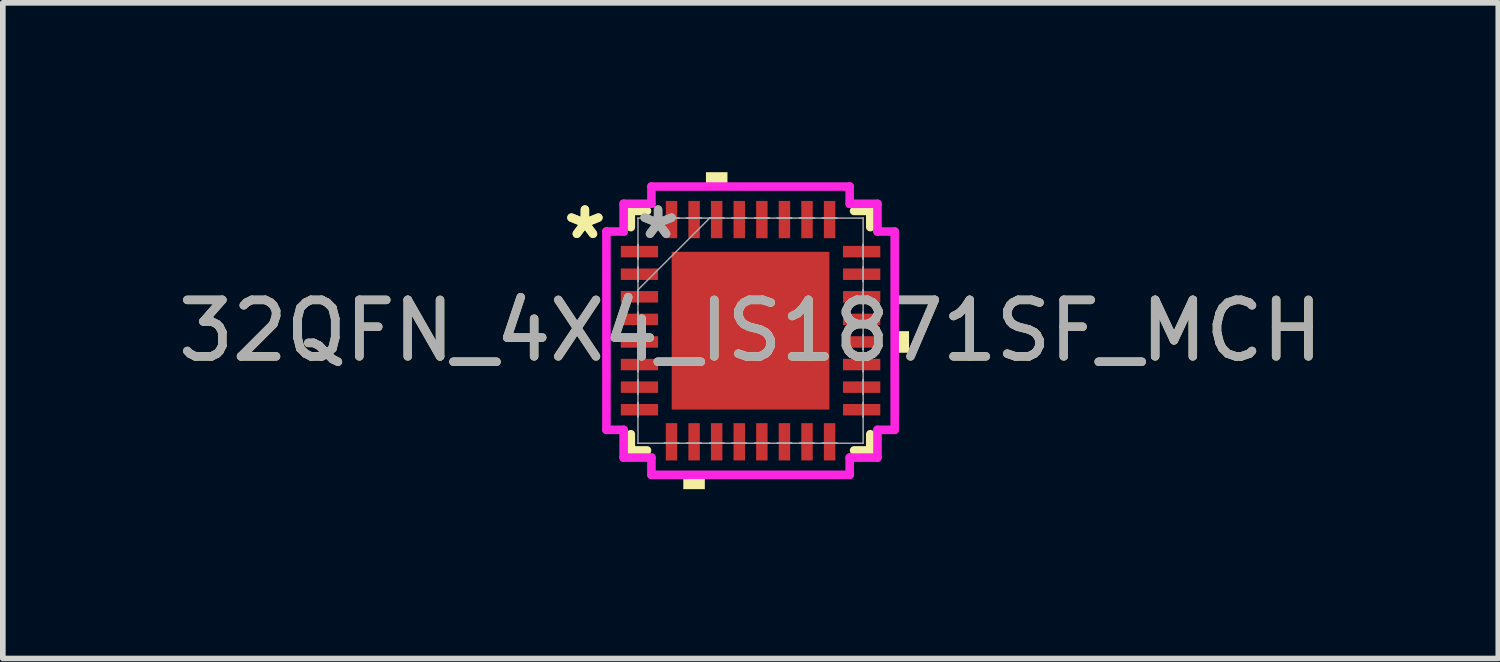
<source format=kicad_pcb>
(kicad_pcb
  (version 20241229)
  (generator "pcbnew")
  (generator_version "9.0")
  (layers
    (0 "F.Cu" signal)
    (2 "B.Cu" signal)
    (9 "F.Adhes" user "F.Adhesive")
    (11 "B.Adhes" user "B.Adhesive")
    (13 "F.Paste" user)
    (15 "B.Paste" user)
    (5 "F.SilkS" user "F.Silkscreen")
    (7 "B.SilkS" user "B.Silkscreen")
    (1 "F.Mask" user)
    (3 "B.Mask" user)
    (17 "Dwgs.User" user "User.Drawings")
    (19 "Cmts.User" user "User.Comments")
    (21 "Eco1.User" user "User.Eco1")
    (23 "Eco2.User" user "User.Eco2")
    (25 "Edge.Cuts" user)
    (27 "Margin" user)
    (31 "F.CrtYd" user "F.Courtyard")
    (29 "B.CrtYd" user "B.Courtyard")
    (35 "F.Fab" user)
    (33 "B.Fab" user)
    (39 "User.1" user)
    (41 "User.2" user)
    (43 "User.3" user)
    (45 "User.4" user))
  (footprint "32QFN_4X4_IS1871SF_MCH"
    (layer "F.Cu")
    (at 10.244 2.807)
    (property "Reference" "32QFN_4X4_IS1871SF_MCH" (at 0 0 0) (unlocked yes) (layer "F.SilkS") (effects (font (size 1 1) (thickness 0.15))))
    (attr smd)
    (fp_line (start -2.121 -2.121) (end -2.121 -1.834) (stroke (width 0.152) (type solid)) (layer "F.SilkS"))
    (fp_line (start -2.121 1.834) (end -2.121 2.121) (stroke (width 0.152) (type solid)) (layer "F.SilkS"))
    (fp_line (start -2.121 2.121) (end -1.834 2.121) (stroke (width 0.152) (type solid)) (layer "F.SilkS"))
    (fp_line (start -1.834 -2.121) (end -2.121 -2.121) (stroke (width 0.152) (type solid)) (layer "F.SilkS"))
    (fp_line (start 1.834 2.121) (end 2.121 2.121) (stroke (width 0.152) (type solid)) (layer "F.SilkS"))
    (fp_line (start 2.121 -2.121) (end 1.834 -2.121) (stroke (width 0.152) (type solid)) (layer "F.SilkS"))
    (fp_line (start 2.121 -1.834) (end 2.121 -2.121) (stroke (width 0.152) (type solid)) (layer "F.SilkS"))
    (fp_line (start 2.121 2.121) (end 2.121 1.834) (stroke (width 0.152) (type solid)) (layer "F.SilkS"))
    (fp_poly (pts (xy -1.191 2.553) (xy -1.191 2.807) (xy -0.81 2.807) (xy -0.81 2.553)) (stroke (width 0) (type solid)) (fill yes) (layer "F.SilkS"))
    (fp_poly (pts (xy -0.79 -2.553) (xy -0.79 -2.807) (xy -0.409 -2.807) (xy -0.409 -2.553)) (stroke (width 0) (type solid)) (fill yes) (layer "F.SilkS"))
    (fp_poly (pts (xy 2.807 0.009) (xy 2.807 0.391) (xy 2.553 0.391) (xy 2.553 0.009)) (stroke (width 0) (type solid)) (fill yes) (layer "F.SilkS"))
    (fp_poly (pts (xy -1.297 -1.297) (xy -1.297 -0.1) (xy -0.1 -0.1) (xy -0.1 -1.297)) (stroke (width 0) (type solid)) (fill yes) (layer "F.Paste"))
    (fp_poly (pts (xy -1.297 0.1) (xy -1.297 1.297) (xy -0.1 1.297) (xy -0.1 0.1)) (stroke (width 0) (type solid)) (fill yes) (layer "F.Paste"))
    (fp_poly (pts (xy 0.1 -1.297) (xy 0.1 -0.1) (xy 1.297 -0.1) (xy 1.297 -1.297)) (stroke (width 0) (type solid)) (fill yes) (layer "F.Paste"))
    (fp_poly (pts (xy 0.1 0.1) (xy 0.1 1.297) (xy 1.297 1.297) (xy 1.297 0.1)) (stroke (width 0) (type solid)) (fill yes) (layer "F.Paste"))
    (fp_line (start -2.553 -1.756) (end -2.248 -1.756) (stroke (width 0.152) (type solid)) (layer "F.CrtYd"))
    (fp_line (start -2.553 1.756) (end -2.553 -1.756) (stroke (width 0.152) (type solid)) (layer "F.CrtYd"))
    (fp_line (start -2.248 -2.248) (end -1.756 -2.248) (stroke (width 0.152) (type solid)) (layer "F.CrtYd"))
    (fp_line (start -2.248 -1.756) (end -2.248 -2.248) (stroke (width 0.152) (type solid)) (layer "F.CrtYd"))
    (fp_line (start -2.248 1.756) (end -2.553 1.756) (stroke (width 0.152) (type solid)) (layer "F.CrtYd"))
    (fp_line (start -2.248 2.248) (end -2.248 1.756) (stroke (width 0.152) (type solid)) (layer "F.CrtYd"))
    (fp_line (start -1.756 -2.553) (end 1.756 -2.553) (stroke (width 0.152) (type solid)) (layer "F.CrtYd"))
    (fp_line (start -1.756 -2.248) (end -1.756 -2.553) (stroke (width 0.152) (type solid)) (layer "F.CrtYd"))
    (fp_line (start -1.756 2.248) (end -2.248 2.248) (stroke (width 0.152) (type solid)) (layer "F.CrtYd"))
    (fp_line (start -1.756 2.553) (end -1.756 2.248) (stroke (width 0.152) (type solid)) (layer "F.CrtYd"))
    (fp_line (start 1.756 -2.553) (end 1.756 -2.248) (stroke (width 0.152) (type solid)) (layer "F.CrtYd"))
    (fp_line (start 1.756 -2.248) (end 2.248 -2.248) (stroke (width 0.152) (type solid)) (layer "F.CrtYd"))
    (fp_line (start 1.756 2.248) (end 1.756 2.553) (stroke (width 0.152) (type solid)) (layer "F.CrtYd"))
    (fp_line (start 1.756 2.553) (end -1.756 2.553) (stroke (width 0.152) (type solid)) (layer "F.CrtYd"))
    (fp_line (start 2.248 -2.248) (end 2.248 -1.756) (stroke (width 0.152) (type solid)) (layer "F.CrtYd"))
    (fp_line (start 2.248 -1.756) (end 2.553 -1.756) (stroke (width 0.152) (type solid)) (layer "F.CrtYd"))
    (fp_line (start 2.248 1.756) (end 2.248 2.248) (stroke (width 0.152) (type solid)) (layer "F.CrtYd"))
    (fp_line (start 2.248 2.248) (end 1.756 2.248) (stroke (width 0.152) (type solid)) (layer "F.CrtYd"))
    (fp_line (start 2.553 -1.756) (end 2.553 1.756) (stroke (width 0.152) (type solid)) (layer "F.CrtYd"))
    (fp_line (start 2.553 1.756) (end 2.248 1.756) (stroke (width 0.152) (type solid)) (layer "F.CrtYd"))
    (fp_line (start -1.994 -1.994) (end -1.994 -1.994) (stroke (width 0.025) (type solid)) (layer "F.Fab"))
    (fp_line (start -1.994 -1.994) (end -1.994 1.994) (stroke (width 0.025) (type solid)) (layer "F.Fab"))
    (fp_line (start -1.994 -1.527) (end -1.994 -1.527) (stroke (width 0.025) (type solid)) (layer "F.Fab"))
    (fp_line (start -1.994 -1.527) (end -1.994 -1.273) (stroke (width 0.025) (type solid)) (layer "F.Fab"))
    (fp_line (start -1.994 -1.273) (end -1.994 -1.527) (stroke (width 0.025) (type solid)) (layer "F.Fab"))
    (fp_line (start -1.994 -1.273) (end -1.994 -1.273) (stroke (width 0.025) (type solid)) (layer "F.Fab"))
    (fp_line (start -1.994 -1.127) (end -1.994 -1.127) (stroke (width 0.025) (type solid)) (layer "F.Fab"))
    (fp_line (start -1.994 -1.127) (end -1.994 -0.873) (stroke (width 0.025) (type solid)) (layer "F.Fab"))
    (fp_line (start -1.994 -0.873) (end -1.994 -1.127) (stroke (width 0.025) (type solid)) (layer "F.Fab"))
    (fp_line (start -1.994 -0.873) (end -1.994 -0.873) (stroke (width 0.025) (type solid)) (layer "F.Fab"))
    (fp_line (start -1.994 -0.727) (end -1.994 -0.727) (stroke (width 0.025) (type solid)) (layer "F.Fab"))
    (fp_line (start -1.994 -0.727) (end -1.994 -0.473) (stroke (width 0.025) (type solid)) (layer "F.Fab"))
    (fp_line (start -1.994 -0.724) (end -0.724 -1.994) (stroke (width 0.025) (type solid)) (layer "F.Fab"))
    (fp_line (start -1.994 -0.473) (end -1.994 -0.727) (stroke (width 0.025) (type solid)) (layer "F.Fab"))
    (fp_line (start -1.994 -0.473) (end -1.994 -0.473) (stroke (width 0.025) (type solid)) (layer "F.Fab"))
    (fp_line (start -1.994 -0.327) (end -1.994 -0.327) (stroke (width 0.025) (type solid)) (layer "F.Fab"))
    (fp_line (start -1.994 -0.327) (end -1.994 -0.073) (stroke (width 0.025) (type solid)) (layer "F.Fab"))
    (fp_line (start -1.994 -0.073) (end -1.994 -0.327) (stroke (width 0.025) (type solid)) (layer "F.Fab"))
    (fp_line (start -1.994 -0.073) (end -1.994 -0.073) (stroke (width 0.025) (type solid)) (layer "F.Fab"))
    (fp_line (start -1.994 0.073) (end -1.994 0.073) (stroke (width 0.025) (type solid)) (layer "F.Fab"))
    (fp_line (start -1.994 0.073) (end -1.994 0.327) (stroke (width 0.025) (type solid)) (layer "F.Fab"))
    (fp_line (start -1.994 0.327) (end -1.994 0.073) (stroke (width 0.025) (type solid)) (layer "F.Fab"))
    (fp_line (start -1.994 0.327) (end -1.994 0.327) (stroke (width 0.025) (type solid)) (layer "F.Fab"))
    (fp_line (start -1.994 0.473) (end -1.994 0.473) (stroke (width 0.025) (type solid)) (layer "F.Fab"))
    (fp_line (start -1.994 0.473) (end -1.994 0.727) (stroke (width 0.025) (type solid)) (layer "F.Fab"))
    (fp_line (start -1.994 0.727) (end -1.994 0.473) (stroke (width 0.025) (type solid)) (layer "F.Fab"))
    (fp_line (start -1.994 0.727) (end -1.994 0.727) (stroke (width 0.025) (type solid)) (layer "F.Fab"))
    (fp_line (start -1.994 0.873) (end -1.994 0.873) (stroke (width 0.025) (type solid)) (layer "F.Fab"))
    (fp_line (start -1.994 0.873) (end -1.994 1.127) (stroke (width 0.025) (type solid)) (layer "F.Fab"))
    (fp_line (start -1.994 1.127) (end -1.994 0.873) (stroke (width 0.025) (type solid)) (layer "F.Fab"))
    (fp_line (start -1.994 1.127) (end -1.994 1.127) (stroke (width 0.025) (type solid)) (layer "F.Fab"))
    (fp_line (start -1.994 1.273) (end -1.994 1.273) (stroke (width 0.025) (type solid)) (layer "F.Fab"))
    (fp_line (start -1.994 1.273) (end -1.994 1.527) (stroke (width 0.025) (type solid)) (layer "F.Fab"))
    (fp_line (start -1.994 1.527) (end -1.994 1.273) (stroke (width 0.025) (type solid)) (layer "F.Fab"))
    (fp_line (start -1.994 1.527) (end -1.994 1.527) (stroke (width 0.025) (type solid)) (layer "F.Fab"))
    (fp_line (start -1.994 1.994) (end -1.994 1.994) (stroke (width 0.025) (type solid)) (layer "F.Fab"))
    (fp_line (start -1.994 1.994) (end 1.994 1.994) (stroke (width 0.025) (type solid)) (layer "F.Fab"))
    (fp_line (start -1.527 -1.994) (end -1.527 -1.994) (stroke (width 0.025) (type solid)) (layer "F.Fab"))
    (fp_line (start -1.527 -1.994) (end -1.273 -1.994) (stroke (width 0.025) (type solid)) (layer "F.Fab"))
    (fp_line (start -1.527 1.994) (end -1.527 1.994) (stroke (width 0.025) (type solid)) (layer "F.Fab"))
    (fp_line (start -1.527 1.994) (end -1.273 1.994) (stroke (width 0.025) (type solid)) (layer "F.Fab"))
    (fp_line (start -1.273 -1.994) (end -1.527 -1.994) (stroke (width 0.025) (type solid)) (layer "F.Fab"))
    (fp_line (start -1.273 -1.994) (end -1.273 -1.994) (stroke (width 0.025) (type solid)) (layer "F.Fab"))
    (fp_line (start -1.273 1.994) (end -1.527 1.994) (stroke (width 0.025) (type solid)) (layer "F.Fab"))
    (fp_line (start -1.273 1.994) (end -1.273 1.994) (stroke (width 0.025) (type solid)) (layer "F.Fab"))
    (fp_line (start -1.127 -1.994) (end -1.127 -1.994) (stroke (width 0.025) (type solid)) (layer "F.Fab"))
    (fp_line (start -1.127 -1.994) (end -0.873 -1.994) (stroke (width 0.025) (type solid)) (layer "F.Fab"))
    (fp_line (start -1.127 1.994) (end -1.127 1.994) (stroke (width 0.025) (type solid)) (layer "F.Fab"))
    (fp_line (start -1.127 1.994) (end -0.873 1.994) (stroke (width 0.025) (type solid)) (layer "F.Fab"))
    (fp_line (start -0.873 -1.994) (end -1.127 -1.994) (stroke (width 0.025) (type solid)) (layer "F.Fab"))
    (fp_line (start -0.873 -1.994) (end -0.873 -1.994) (stroke (width 0.025) (type solid)) (layer "F.Fab"))
    (fp_line (start -0.873 1.994) (end -1.127 1.994) (stroke (width 0.025) (type solid)) (layer "F.Fab"))
    (fp_line (start -0.873 1.994) (end -0.873 1.994) (stroke (width 0.025) (type solid)) (layer "F.Fab"))
    (fp_line (start -0.727 -1.994) (end -0.727 -1.994) (stroke (width 0.025) (type solid)) (layer "F.Fab"))
    (fp_line (start -0.727 -1.994) (end -0.473 -1.994) (stroke (width 0.025) (type solid)) (layer "F.Fab"))
    (fp_line (start -0.727 1.994) (end -0.727 1.994) (stroke (width 0.025) (type solid)) (layer "F.Fab"))
    (fp_line (start -0.727 1.994) (end -0.473 1.994) (stroke (width 0.025) (type solid)) (layer "F.Fab"))
    (fp_line (start -0.473 -1.994) (end -0.727 -1.994) (stroke (width 0.025) (type solid)) (layer "F.Fab"))
    (fp_line (start -0.473 -1.994) (end -0.473 -1.994) (stroke (width 0.025) (type solid)) (layer "F.Fab"))
    (fp_line (start -0.473 1.994) (end -0.727 1.994) (stroke (width 0.025) (type solid)) (layer "F.Fab"))
    (fp_line (start -0.473 1.994) (end -0.473 1.994) (stroke (width 0.025) (type solid)) (layer "F.Fab"))
    (fp_line (start -0.327 -1.994) (end -0.327 -1.994) (stroke (width 0.025) (type solid)) (layer "F.Fab"))
    (fp_line (start -0.327 -1.994) (end -0.073 -1.994) (stroke (width 0.025) (type solid)) (layer "F.Fab"))
    (fp_line (start -0.327 1.994) (end -0.327 1.994) (stroke (width 0.025) (type solid)) (layer "F.Fab"))
    (fp_line (start -0.327 1.994) (end -0.073 1.994) (stroke (width 0.025) (type solid)) (layer "F.Fab"))
    (fp_line (start -0.073 -1.994) (end -0.327 -1.994) (stroke (width 0.025) (type solid)) (layer "F.Fab"))
    (fp_line (start -0.073 -1.994) (end -0.073 -1.994) (stroke (width 0.025) (type solid)) (layer "F.Fab"))
    (fp_line (start -0.073 1.994) (end -0.327 1.994) (stroke (width 0.025) (type solid)) (layer "F.Fab"))
    (fp_line (start -0.073 1.994) (end -0.073 1.994) (stroke (width 0.025) (type solid)) (layer "F.Fab"))
    (fp_line (start 0.073 -1.994) (end 0.073 -1.994) (stroke (width 0.025) (type solid)) (layer "F.Fab"))
    (fp_line (start 0.073 -1.994) (end 0.327 -1.994) (stroke (width 0.025) (type solid)) (layer "F.Fab"))
    (fp_line (start 0.073 1.994) (end 0.073 1.994) (stroke (width 0.025) (type solid)) (layer "F.Fab"))
    (fp_line (start 0.073 1.994) (end 0.327 1.994) (stroke (width 0.025) (type solid)) (layer "F.Fab"))
    (fp_line (start 0.327 -1.994) (end 0.073 -1.994) (stroke (width 0.025) (type solid)) (layer "F.Fab"))
    (fp_line (start 0.327 -1.994) (end 0.327 -1.994) (stroke (width 0.025) (type solid)) (layer "F.Fab"))
    (fp_line (start 0.327 1.994) (end 0.073 1.994) (stroke (width 0.025) (type solid)) (layer "F.Fab"))
    (fp_line (start 0.327 1.994) (end 0.327 1.994) (stroke (width 0.025) (type solid)) (layer "F.Fab"))
    (fp_line (start 0.473 -1.994) (end 0.473 -1.994) (stroke (width 0.025) (type solid)) (layer "F.Fab"))
    (fp_line (start 0.473 -1.994) (end 0.727 -1.994) (stroke (width 0.025) (type solid)) (layer "F.Fab"))
    (fp_line (start 0.473 1.994) (end 0.473 1.994) (stroke (width 0.025) (type solid)) (layer "F.Fab"))
    (fp_line (start 0.473 1.994) (end 0.727 1.994) (stroke (width 0.025) (type solid)) (layer "F.Fab"))
    (fp_line (start 0.727 -1.994) (end 0.473 -1.994) (stroke (width 0.025) (type solid)) (layer "F.Fab"))
    (fp_line (start 0.727 -1.994) (end 0.727 -1.994) (stroke (width 0.025) (type solid)) (layer "F.Fab"))
    (fp_line (start 0.727 1.994) (end 0.473 1.994) (stroke (width 0.025) (type solid)) (layer "F.Fab"))
    (fp_line (start 0.727 1.994) (end 0.727 1.994) (stroke (width 0.025) (type solid)) (layer "F.Fab"))
    (fp_line (start 0.873 -1.994) (end 0.873 -1.994) (stroke (width 0.025) (type solid)) (layer "F.Fab"))
    (fp_line (start 0.873 -1.994) (end 1.127 -1.994) (stroke (width 0.025) (type solid)) (layer "F.Fab"))
    (fp_line (start 0.873 1.994) (end 0.873 1.994) (stroke (width 0.025) (type solid)) (layer "F.Fab"))
    (fp_line (start 0.873 1.994) (end 1.127 1.994) (stroke (width 0.025) (type solid)) (layer "F.Fab"))
    (fp_line (start 1.127 -1.994) (end 0.873 -1.994) (stroke (width 0.025) (type solid)) (layer "F.Fab"))
    (fp_line (start 1.127 -1.994) (end 1.127 -1.994) (stroke (width 0.025) (type solid)) (layer "F.Fab"))
    (fp_line (start 1.127 1.994) (end 0.873 1.994) (stroke (width 0.025) (type solid)) (layer "F.Fab"))
    (fp_line (start 1.127 1.994) (end 1.127 1.994) (stroke (width 0.025) (type solid)) (layer "F.Fab"))
    (fp_line (start 1.273 -1.994) (end 1.273 -1.994) (stroke (width 0.025) (type solid)) (layer "F.Fab"))
    (fp_line (start 1.273 -1.994) (end 1.527 -1.994) (stroke (width 0.025) (type solid)) (layer "F.Fab"))
    (fp_line (start 1.273 1.994) (end 1.273 1.994) (stroke (width 0.025) (type solid)) (layer "F.Fab"))
    (fp_line (start 1.273 1.994) (end 1.527 1.994) (stroke (width 0.025) (type solid)) (layer "F.Fab"))
    (fp_line (start 1.527 -1.994) (end 1.273 -1.994) (stroke (width 0.025) (type solid)) (layer "F.Fab"))
    (fp_line (start 1.527 -1.994) (end 1.527 -1.994) (stroke (width 0.025) (type solid)) (layer "F.Fab"))
    (fp_line (start 1.527 1.994) (end 1.273 1.994) (stroke (width 0.025) (type solid)) (layer "F.Fab"))
    (fp_line (start 1.527 1.994) (end 1.527 1.994) (stroke (width 0.025) (type solid)) (layer "F.Fab"))
    (fp_line (start 1.994 -1.994) (end -1.994 -1.994) (stroke (width 0.025) (type solid)) (layer "F.Fab"))
    (fp_line (start 1.994 -1.994) (end 1.994 -1.994) (stroke (width 0.025) (type solid)) (layer "F.Fab"))
    (fp_line (start 1.994 -1.527) (end 1.994 -1.527) (stroke (width 0.025) (type solid)) (layer "F.Fab"))
    (fp_line (start 1.994 -1.527) (end 1.994 -1.273) (stroke (width 0.025) (type solid)) (layer "F.Fab"))
    (fp_line (start 1.994 -1.273) (end 1.994 -1.527) (stroke (width 0.025) (type solid)) (layer "F.Fab"))
    (fp_line (start 1.994 -1.273) (end 1.994 -1.273) (stroke (width 0.025) (type solid)) (layer "F.Fab"))
    (fp_line (start 1.994 -1.127) (end 1.994 -1.127) (stroke (width 0.025) (type solid)) (layer "F.Fab"))
    (fp_line (start 1.994 -1.127) (end 1.994 -0.873) (stroke (width 0.025) (type solid)) (layer "F.Fab"))
    (fp_line (start 1.994 -0.873) (end 1.994 -1.127) (stroke (width 0.025) (type solid)) (layer "F.Fab"))
    (fp_line (start 1.994 -0.873) (end 1.994 -0.873) (stroke (width 0.025) (type solid)) (layer "F.Fab"))
    (fp_line (start 1.994 -0.727) (end 1.994 -0.727) (stroke (width 0.025) (type solid)) (layer "F.Fab"))
    (fp_line (start 1.994 -0.727) (end 1.994 -0.473) (stroke (width 0.025) (type solid)) (layer "F.Fab"))
    (fp_line (start 1.994 -0.473) (end 1.994 -0.727) (stroke (width 0.025) (type solid)) (layer "F.Fab"))
    (fp_line (start 1.994 -0.473) (end 1.994 -0.473) (stroke (width 0.025) (type solid)) (layer "F.Fab"))
    (fp_line (start 1.994 -0.327) (end 1.994 -0.327) (stroke (width 0.025) (type solid)) (layer "F.Fab"))
    (fp_line (start 1.994 -0.327) (end 1.994 -0.073) (stroke (width 0.025) (type solid)) (layer "F.Fab"))
    (fp_line (start 1.994 -0.073) (end 1.994 -0.327) (stroke (width 0.025) (type solid)) (layer "F.Fab"))
    (fp_line (start 1.994 -0.073) (end 1.994 -0.073) (stroke (width 0.025) (type solid)) (layer "F.Fab"))
    (fp_line (start 1.994 0.073) (end 1.994 0.073) (stroke (width 0.025) (type solid)) (layer "F.Fab"))
    (fp_line (start 1.994 0.073) (end 1.994 0.327) (stroke (width 0.025) (type solid)) (layer "F.Fab"))
    (fp_line (start 1.994 0.327) (end 1.994 0.073) (stroke (width 0.025) (type solid)) (layer "F.Fab"))
    (fp_line (start 1.994 0.327) (end 1.994 0.327) (stroke (width 0.025) (type solid)) (layer "F.Fab"))
    (fp_line (start 1.994 0.473) (end 1.994 0.473) (stroke (width 0.025) (type solid)) (layer "F.Fab"))
    (fp_line (start 1.994 0.473) (end 1.994 0.727) (stroke (width 0.025) (type solid)) (layer "F.Fab"))
    (fp_line (start 1.994 0.727) (end 1.994 0.473) (stroke (width 0.025) (type solid)) (layer "F.Fab"))
    (fp_line (start 1.994 0.727) (end 1.994 0.727) (stroke (width 0.025) (type solid)) (layer "F.Fab"))
    (fp_line (start 1.994 0.873) (end 1.994 0.873) (stroke (width 0.025) (type solid)) (layer "F.Fab"))
    (fp_line (start 1.994 0.873) (end 1.994 1.127) (stroke (width 0.025) (type solid)) (layer "F.Fab"))
    (fp_line (start 1.994 1.127) (end 1.994 0.873) (stroke (width 0.025) (type solid)) (layer "F.Fab"))
    (fp_line (start 1.994 1.127) (end 1.994 1.127) (stroke (width 0.025) (type solid)) (layer "F.Fab"))
    (fp_line (start 1.994 1.273) (end 1.994 1.273) (stroke (width 0.025) (type solid)) (layer "F.Fab"))
    (fp_line (start 1.994 1.273) (end 1.994 1.527) (stroke (width 0.025) (type solid)) (layer "F.Fab"))
    (fp_line (start 1.994 1.527) (end 1.994 1.273) (stroke (width 0.025) (type solid)) (layer "F.Fab"))
    (fp_line (start 1.994 1.527) (end 1.994 1.527) (stroke (width 0.025) (type solid)) (layer "F.Fab"))
    (fp_line (start 1.994 1.994) (end 1.994 -1.994) (stroke (width 0.025) (type solid)) (layer "F.Fab"))
    (fp_line (start 1.994 1.994) (end 1.994 1.994) (stroke (width 0.025) (type solid)) (layer "F.Fab"))
    (fp_text user "*" (at -2.934 -1.6 0) (unlocked yes) (layer "F.SilkS") (effects (font (size 1 1) (thickness 0.15))))
    (fp_text user "*" (at -2.934 -1.6 0) (layer "F.SilkS") (effects (font (size 1 1) (thickness 0.15))))
    (fp_text user "${REFERENCE}" (at 0 0 0) (unlocked yes) (layer "F.Fab") (effects (font (size 1 1) (thickness 0.15))))
    (fp_text user "*" (at -1.638 -1.6 0) (unlocked yes) (layer "F.Fab") (effects (font (size 1 1) (thickness 0.15))))
    (fp_text user "*" (at -1.638 -1.6 0) (layer "F.Fab") (effects (font (size 1 1) (thickness 0.15))))
    (pad "1" smd rect (at -1.968 -1.4 90) (size 0.203 0.66) (layers "F.Cu" "F.Mask" "F.Paste"))
    (pad "2" smd rect (at -1.968 -1 90) (size 0.203 0.66) (layers "F.Cu" "F.Mask" "F.Paste"))
    (pad "3" smd rect (at -1.968 -0.6 90) (size 0.203 0.66) (layers "F.Cu" "F.Mask" "F.Paste"))
    (pad "4" smd rect (at -1.968 -0.2 90) (size 0.203 0.66) (layers "F.Cu" "F.Mask" "F.Paste"))
    (pad "5" smd rect (at -1.968 0.2 90) (size 0.203 0.66) (layers "F.Cu" "F.Mask" "F.Paste"))
    (pad "6" smd rect (at -1.968 0.6 90) (size 0.203 0.66) (layers "F.Cu" "F.Mask" "F.Paste"))
    (pad "7" smd rect (at -1.968 1 90) (size 0.203 0.66) (layers "F.Cu" "F.Mask" "F.Paste"))
    (pad "8" smd rect (at -1.968 1.4 90) (size 0.203 0.66) (layers "F.Cu" "F.Mask" "F.Paste"))
    (pad "9" smd rect (at -1.4 1.968) (size 0.203 0.66) (layers "F.Cu" "F.Mask" "F.Paste"))
    (pad "10" smd rect (at -1 1.968) (size 0.203 0.66) (layers "F.Cu" "F.Mask" "F.Paste"))
    (pad "11" smd rect (at -0.6 1.968) (size 0.203 0.66) (layers "F.Cu" "F.Mask" "F.Paste"))
    (pad "12" smd rect (at -0.2 1.968) (size 0.203 0.66) (layers "F.Cu" "F.Mask" "F.Paste"))
    (pad "13" smd rect (at 0.2 1.968) (size 0.203 0.66) (layers "F.Cu" "F.Mask" "F.Paste"))
    (pad "14" smd rect (at 0.6 1.968) (size 0.203 0.66) (layers "F.Cu" "F.Mask" "F.Paste"))
    (pad "15" smd rect (at 1 1.968) (size 0.203 0.66) (layers "F.Cu" "F.Mask" "F.Paste"))
    (pad "16" smd rect (at 1.4 1.968) (size 0.203 0.66) (layers "F.Cu" "F.Mask" "F.Paste"))
    (pad "17" smd rect (at 1.968 1.4 90) (size 0.203 0.66) (layers "F.Cu" "F.Mask" "F.Paste"))
    (pad "18" smd rect (at 1.968 1 90) (size 0.203 0.66) (layers "F.Cu" "F.Mask" "F.Paste"))
    (pad "19" smd rect (at 1.968 0.6 90) (size 0.203 0.66) (layers "F.Cu" "F.Mask" "F.Paste"))
    (pad "20" smd rect (at 1.968 0.2 90) (size 0.203 0.66) (layers "F.Cu" "F.Mask" "F.Paste"))
    (pad "21" smd rect (at 1.968 -0.2 90) (size 0.203 0.66) (layers "F.Cu" "F.Mask" "F.Paste"))
    (pad "22" smd rect (at 1.968 -0.6 90) (size 0.203 0.66) (layers "F.Cu" "F.Mask" "F.Paste"))
    (pad "23" smd rect (at 1.968 -1 90) (size 0.203 0.66) (layers "F.Cu" "F.Mask" "F.Paste"))
    (pad "24" smd rect (at 1.968 -1.4 90) (size 0.203 0.66) (layers "F.Cu" "F.Mask" "F.Paste"))
    (pad "25" smd rect (at 1.4 -1.968) (size 0.203 0.66) (layers "F.Cu" "F.Mask" "F.Paste"))
    (pad "26" smd rect (at 1 -1.968) (size 0.203 0.66) (layers "F.Cu" "F.Mask" "F.Paste"))
    (pad "27" smd rect (at 0.6 -1.968) (size 0.203 0.66) (layers "F.Cu" "F.Mask" "F.Paste"))
    (pad "28" smd rect (at 0.2 -1.968) (size 0.203 0.66) (layers "F.Cu" "F.Mask" "F.Paste"))
    (pad "29" smd rect (at -0.2 -1.968) (size 0.203 0.66) (layers "F.Cu" "F.Mask" "F.Paste"))
    (pad "30" smd rect (at -0.6 -1.968) (size 0.203 0.66) (layers "F.Cu" "F.Mask" "F.Paste"))
    (pad "31" smd rect (at -1 -1.968) (size 0.203 0.66) (layers "F.Cu" "F.Mask" "F.Paste"))
    (pad "32" smd rect (at -1.4 -1.968) (size 0.203 0.66) (layers "F.Cu" "F.Mask" "F.Paste"))
    (pad "33" smd rect (at 0 0) (size 2.794 2.794) (layers "F.Cu" "F.Mask" "F.Paste")))
  (gr_rect
    (start -3 -3)
    (end 23.488 8.613)
    (stroke (width 0.1) (type default))
    (fill no)
    (layer "Edge.Cuts")))
</source>
